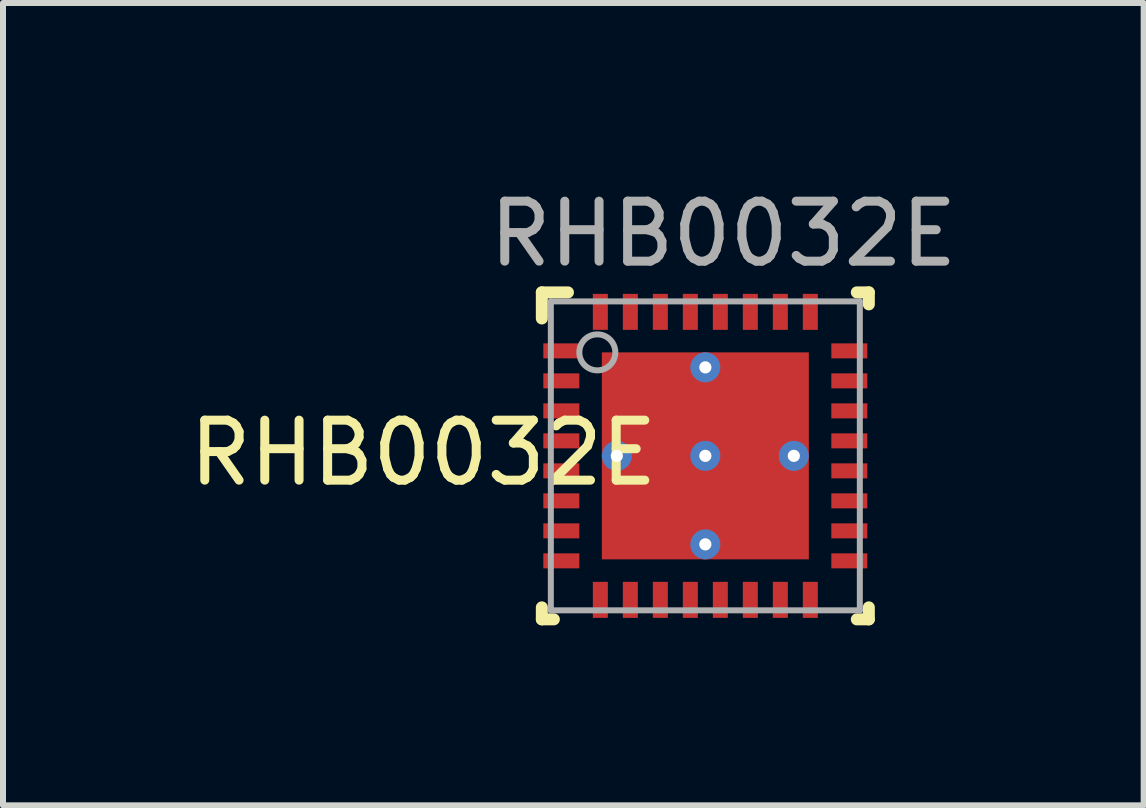
<source format=kicad_pcb>
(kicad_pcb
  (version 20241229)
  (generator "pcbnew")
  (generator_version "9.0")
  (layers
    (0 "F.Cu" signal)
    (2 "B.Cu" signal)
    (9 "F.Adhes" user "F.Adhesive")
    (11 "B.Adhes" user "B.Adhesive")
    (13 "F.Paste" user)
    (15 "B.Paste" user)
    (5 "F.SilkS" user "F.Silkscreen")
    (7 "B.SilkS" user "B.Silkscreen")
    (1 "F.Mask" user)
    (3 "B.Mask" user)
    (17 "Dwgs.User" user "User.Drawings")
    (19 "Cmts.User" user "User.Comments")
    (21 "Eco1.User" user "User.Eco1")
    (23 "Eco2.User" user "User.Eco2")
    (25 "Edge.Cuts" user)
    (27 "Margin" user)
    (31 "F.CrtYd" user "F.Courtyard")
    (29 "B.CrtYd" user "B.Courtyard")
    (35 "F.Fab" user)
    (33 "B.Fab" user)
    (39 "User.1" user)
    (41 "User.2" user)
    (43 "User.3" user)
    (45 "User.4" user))
  (footprint "RHB0032E"
    (layer "F.Cu")
    (at 8.706 4.548)
    (property "Reference" "RHB0032E" (at -4.7 -0.05 0) (unlocked yes) (layer "F.SilkS") (effects (font (size 1 1) (thickness 0.15))))
    (attr smd)
    (fp_line (start -2.725 -2.725) (end -2.29 -2.725) (stroke (width 0.2) (type solid)) (layer "F.SilkS"))
    (fp_line (start -2.725 -2.29) (end -2.725 -2.725) (stroke (width 0.2) (type solid)) (layer "F.SilkS"))
    (fp_line (start -2.725 2.725) (end -2.725 2.525) (stroke (width 0.2) (type solid)) (layer "F.SilkS"))
    (fp_line (start -2.725 2.725) (end -2.525 2.725) (stroke (width 0.2) (type solid)) (layer "F.SilkS"))
    (fp_line (start 2.525 -2.725) (end 2.725 -2.725) (stroke (width 0.2) (type solid)) (layer "F.SilkS"))
    (fp_line (start 2.525 2.725) (end 2.725 2.725) (stroke (width 0.2) (type solid)) (layer "F.SilkS"))
    (fp_line (start 2.725 -2.525) (end 2.725 -2.725) (stroke (width 0.2) (type solid)) (layer "F.SilkS"))
    (fp_line (start 2.725 2.725) (end 2.725 2.525) (stroke (width 0.2) (type solid)) (layer "F.SilkS"))
    (fp_poly (pts (xy -1.59 -0.152) (xy -1.59 -1.538) (xy -1.589 -1.548) (xy -1.586 -1.558) (xy -1.581 -1.567) (xy -1.575 -1.575) (xy -1.567 -1.581) (xy -1.558 -1.586) (xy -1.548 -1.589) (xy -1.538 -1.59) (xy -0.152 -1.59) (xy -0.142 -1.589) (xy -0.132 -1.586) (xy -0.123 -1.581) (xy -0.115 -1.575) (xy -0.109 -1.567) (xy -0.104 -1.558) (xy -0.101 -1.548) (xy -0.1 -1.538) (xy -0.1 -0.152) (xy -0.101 -0.142) (xy -0.104 -0.132) (xy -0.109 -0.123) (xy -0.115 -0.115) (xy -0.123 -0.109) (xy -0.132 -0.104) (xy -0.142 -0.101) (xy -0.152 -0.1) (xy -1.538 -0.1) (xy -1.548 -0.101) (xy -1.558 -0.104) (xy -1.567 -0.109) (xy -1.575 -0.115) (xy -1.581 -0.123) (xy -1.586 -0.132) (xy -1.589 -0.142)) (stroke (width 0) (type solid)) (fill yes) (layer "F.Paste"))
    (fp_poly (pts (xy -1.59 1.538) (xy -1.59 0.152) (xy -1.589 0.142) (xy -1.586 0.132) (xy -1.581 0.123) (xy -1.575 0.115) (xy -1.567 0.109) (xy -1.558 0.104) (xy -1.548 0.101) (xy -1.538 0.1) (xy -0.152 0.1) (xy -0.142 0.101) (xy -0.132 0.104) (xy -0.123 0.109) (xy -0.115 0.115) (xy -0.109 0.123) (xy -0.104 0.132) (xy -0.101 0.142) (xy -0.1 0.152) (xy -0.1 1.538) (xy -0.101 1.548) (xy -0.104 1.558) (xy -0.109 1.567) (xy -0.115 1.575) (xy -0.123 1.581) (xy -0.132 1.586) (xy -0.142 1.589) (xy -0.152 1.59) (xy -1.538 1.59) (xy -1.548 1.589) (xy -1.558 1.586) (xy -1.567 1.581) (xy -1.575 1.575) (xy -1.581 1.567) (xy -1.586 1.558) (xy -1.589 1.548)) (stroke (width 0) (type solid)) (fill yes) (layer "F.Paste"))
    (fp_poly (pts (xy 1.59 -1.538) (xy 1.59 -0.152) (xy 1.589 -0.142) (xy 1.586 -0.132) (xy 1.581 -0.123) (xy 1.575 -0.115) (xy 1.567 -0.109) (xy 1.558 -0.104) (xy 1.548 -0.101) (xy 1.538 -0.1) (xy 0.152 -0.1) (xy 0.142 -0.101) (xy 0.132 -0.104) (xy 0.123 -0.109) (xy 0.115 -0.115) (xy 0.109 -0.123) (xy 0.104 -0.132) (xy 0.101 -0.142) (xy 0.1 -0.152) (xy 0.1 -1.538) (xy 0.101 -1.548) (xy 0.104 -1.558) (xy 0.109 -1.567) (xy 0.115 -1.575) (xy 0.123 -1.581) (xy 0.132 -1.586) (xy 0.142 -1.589) (xy 0.152 -1.59) (xy 1.538 -1.59) (xy 1.548 -1.589) (xy 1.558 -1.586) (xy 1.567 -1.581) (xy 1.575 -1.575) (xy 1.581 -1.567) (xy 1.586 -1.558) (xy 1.589 -1.548)) (stroke (width 0) (type solid)) (fill yes) (layer "F.Paste"))
    (fp_poly (pts (xy 1.59 0.152) (xy 1.59 1.538) (xy 1.589 1.548) (xy 1.586 1.558) (xy 1.581 1.567) (xy 1.575 1.575) (xy 1.567 1.581) (xy 1.558 1.586) (xy 1.548 1.589) (xy 1.538 1.59) (xy 0.152 1.59) (xy 0.142 1.589) (xy 0.132 1.586) (xy 0.123 1.581) (xy 0.115 1.575) (xy 0.109 1.567) (xy 0.104 1.558) (xy 0.101 1.548) (xy 0.1 1.538) (xy 0.1 0.152) (xy 0.101 0.142) (xy 0.104 0.132) (xy 0.109 0.123) (xy 0.115 0.115) (xy 0.123 0.109) (xy 0.132 0.104) (xy 0.142 0.101) (xy 0.152 0.1) (xy 1.538 0.1) (xy 1.548 0.101) (xy 1.558 0.104) (xy 1.567 0.109) (xy 1.575 0.115) (xy 1.581 0.123) (xy 1.586 0.132) (xy 1.589 0.142)) (stroke (width 0) (type solid)) (fill yes) (layer "F.Paste"))
    (fp_line (start -2.575 -2.575) (end 2.575 -2.575) (stroke (width 0.1) (type solid)) (layer "F.Fab"))
    (fp_line (start -2.575 2.575) (end -2.575 -2.575) (stroke (width 0.1) (type solid)) (layer "F.Fab"))
    (fp_line (start -2.575 2.575) (end 2.575 2.575) (stroke (width 0.1) (type solid)) (layer "F.Fab"))
    (fp_line (start 2.575 2.575) (end 2.575 -2.575) (stroke (width 0.1) (type solid)) (layer "F.Fab"))
    (fp_circle (center -1.8 -1.725) (end -1.5 -1.725) (stroke (width 0.1) (type solid)) (fill no) (layer "F.Fab"))
    (fp_text user "${REFERENCE}" (at 0.3 -3.7 0) (unlocked yes) (layer "F.Fab") (effects (font (size 1 1) (thickness 0.15))))
    (pad "1" smd rect (at -2.4 -1.75 90) (size 0.25 0.6) (layers "F.Cu" "F.Mask" "F.Paste"))
    (pad "2" smd rect (at -2.4 -1.25 90) (size 0.25 0.6) (layers "F.Cu" "F.Mask" "F.Paste"))
    (pad "3" smd rect (at -2.4 -0.75 90) (size 0.25 0.6) (layers "F.Cu" "F.Mask" "F.Paste"))
    (pad "4" smd rect (at -2.4 -0.25 90) (size 0.25 0.6) (layers "F.Cu" "F.Mask" "F.Paste"))
    (pad "5" smd rect (at -2.4 0.25 90) (size 0.25 0.6) (layers "F.Cu" "F.Mask" "F.Paste"))
    (pad "6" smd rect (at -2.4 0.75 90) (size 0.25 0.6) (layers "F.Cu" "F.Mask" "F.Paste"))
    (pad "7" smd rect (at -2.4 1.25 90) (size 0.25 0.6) (layers "F.Cu" "F.Mask" "F.Paste"))
    (pad "8" smd rect (at -2.4 1.75 90) (size 0.25 0.6) (layers "F.Cu" "F.Mask" "F.Paste"))
    (pad "9" smd rect (at -1.75 2.4) (size 0.25 0.6) (layers "F.Cu" "F.Mask" "F.Paste"))
    (pad "10" smd rect (at -1.25 2.4) (size 0.25 0.6) (layers "F.Cu" "F.Mask" "F.Paste"))
    (pad "11" smd rect (at -0.75 2.4) (size 0.25 0.6) (layers "F.Cu" "F.Mask" "F.Paste"))
    (pad "12" smd rect (at -0.25 2.4) (size 0.25 0.6) (layers "F.Cu" "F.Mask" "F.Paste"))
    (pad "13" smd rect (at 0.25 2.4) (size 0.25 0.6) (layers "F.Cu" "F.Mask" "F.Paste"))
    (pad "14" smd rect (at 0.75 2.4) (size 0.25 0.6) (layers "F.Cu" "F.Mask" "F.Paste"))
    (pad "15" smd rect (at 1.25 2.4) (size 0.25 0.6) (layers "F.Cu" "F.Mask" "F.Paste"))
    (pad "16" smd rect (at 1.75 2.4) (size 0.25 0.6) (layers "F.Cu" "F.Mask" "F.Paste"))
    (pad "17" smd rect (at 2.4 1.75 90) (size 0.25 0.6) (layers "F.Cu" "F.Mask" "F.Paste"))
    (pad "18" smd rect (at 2.4 1.25 90) (size 0.25 0.6) (layers "F.Cu" "F.Mask" "F.Paste"))
    (pad "19" smd rect (at 2.4 0.75 90) (size 0.25 0.6) (layers "F.Cu" "F.Mask" "F.Paste"))
    (pad "20" smd rect (at 2.4 0.25 90) (size 0.25 0.6) (layers "F.Cu" "F.Mask" "F.Paste"))
    (pad "21" smd rect (at 2.4 -0.25 90) (size 0.25 0.6) (layers "F.Cu" "F.Mask" "F.Paste"))
    (pad "22" smd rect (at 2.4 -0.75 90) (size 0.25 0.6) (layers "F.Cu" "F.Mask" "F.Paste"))
    (pad "23" smd rect (at 2.4 -1.25 90) (size 0.25 0.6) (layers "F.Cu" "F.Mask" "F.Paste"))
    (pad "24" smd rect (at 2.4 -1.75 90) (size 0.25 0.6) (layers "F.Cu" "F.Mask" "F.Paste"))
    (pad "25" smd rect (at 1.75 -2.4) (size 0.25 0.6) (layers "F.Cu" "F.Mask" "F.Paste"))
    (pad "26" smd rect (at 1.25 -2.4) (size 0.25 0.6) (layers "F.Cu" "F.Mask" "F.Paste"))
    (pad "27" smd rect (at 0.75 -2.4) (size 0.25 0.6) (layers "F.Cu" "F.Mask" "F.Paste"))
    (pad "28" smd rect (at 0.25 -2.4) (size 0.25 0.6) (layers "F.Cu" "F.Mask" "F.Paste"))
    (pad "29" smd rect (at -0.25 -2.4) (size 0.25 0.6) (layers "F.Cu" "F.Mask" "F.Paste"))
    (pad "30" smd rect (at -0.75 -2.4) (size 0.25 0.6) (layers "F.Cu" "F.Mask" "F.Paste"))
    (pad "31" smd rect (at -1.25 -2.4) (size 0.25 0.6) (layers "F.Cu" "F.Mask" "F.Paste"))
    (pad "32" smd rect (at -1.75 -2.4) (size 0.25 0.6) (layers "F.Cu" "F.Mask" "F.Paste"))
    (pad "33" smd rect (at 0 -0.000003) (size 3.45 3.45) (layers "F.Cu" "F.Mask"))
    (pad "V" thru_hole circle (at -1.475 -0.000003) (size 0.5 0.5) (drill 0.203) (layers "*.Cu" "*.Mask"))
    (pad "V" thru_hole circle (at 0 -1.475) (size 0.5 0.5) (drill 0.203) (layers "*.Cu" "*.Mask"))
    (pad "V" thru_hole circle (at 0 -0.000003) (size 0.5 0.5) (drill 0.203) (layers "*.Cu" "*.Mask"))
    (pad "V" thru_hole circle (at 0 1.475) (size 0.5 0.5) (drill 0.203) (layers "*.Cu" "*.Mask"))
    (pad "V" thru_hole circle (at 1.475 -0.000003) (size 0.5 0.5) (drill 0.203) (layers "*.Cu" "*.Mask")))
  (gr_rect
    (start -3 -3)
    (end 16.012 10.373)
    (stroke (width 0.1) (type default))
    (fill no)
    (layer "Edge.Cuts")))
</source>
